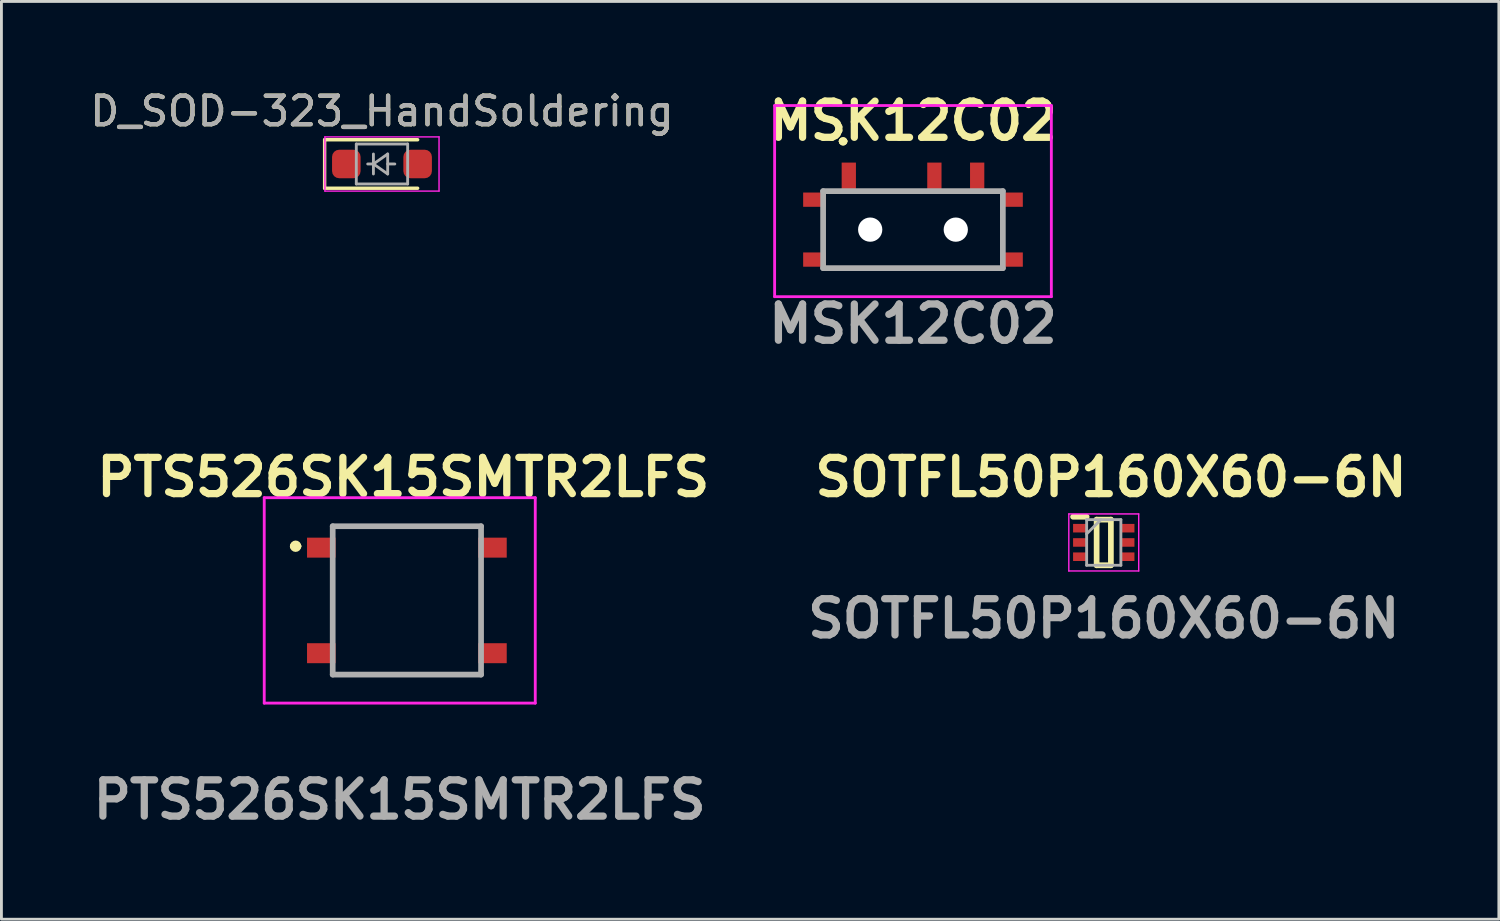
<source format=kicad_pcb>
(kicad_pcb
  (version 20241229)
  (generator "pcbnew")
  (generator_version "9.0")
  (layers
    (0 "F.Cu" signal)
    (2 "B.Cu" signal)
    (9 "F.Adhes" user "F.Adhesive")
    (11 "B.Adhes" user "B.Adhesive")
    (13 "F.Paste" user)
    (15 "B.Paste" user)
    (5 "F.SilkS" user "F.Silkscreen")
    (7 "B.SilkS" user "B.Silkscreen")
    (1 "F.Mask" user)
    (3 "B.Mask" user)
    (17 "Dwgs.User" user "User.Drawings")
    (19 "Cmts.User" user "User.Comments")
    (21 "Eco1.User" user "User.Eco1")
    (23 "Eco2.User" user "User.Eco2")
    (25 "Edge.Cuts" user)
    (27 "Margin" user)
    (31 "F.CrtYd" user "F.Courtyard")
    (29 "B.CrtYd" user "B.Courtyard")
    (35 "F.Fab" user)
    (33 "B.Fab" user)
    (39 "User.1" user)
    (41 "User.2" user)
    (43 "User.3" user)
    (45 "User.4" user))
  (footprint "SOTFL50P160X60-6N"
    (layer "F.Cu")
    (at 35.639 15.964)
    (property "Reference" "SOTFL50P160X60-6N" (at 0.254 -2.286 0) (layer "F.SilkS") (effects (font (size 1.27 1.27) (thickness 0.254))))
    (attr smd)
    (fp_line (start -1.075 -0.9) (end -0.6 -0.9) (stroke (width 0.2) (type solid)) (layer "F.SilkS"))
    (fp_line (start -0.25 -0.8) (end 0.25 -0.8) (stroke (width 0.2) (type solid)) (layer "F.SilkS"))
    (fp_line (start -0.25 0.8) (end -0.25 -0.8) (stroke (width 0.2) (type solid)) (layer "F.SilkS"))
    (fp_line (start 0.25 -0.8) (end 0.25 0.8) (stroke (width 0.2) (type solid)) (layer "F.SilkS"))
    (fp_line (start 0.25 0.8) (end -0.25 0.8) (stroke (width 0.2) (type solid)) (layer "F.SilkS"))
    (fp_line (start -1.225 -1) (end 1.225 -1) (stroke (width 0.05) (type solid)) (layer "F.CrtYd"))
    (fp_line (start -1.225 1) (end -1.225 -1) (stroke (width 0.05) (type solid)) (layer "F.CrtYd"))
    (fp_line (start 1.225 -1) (end 1.225 1) (stroke (width 0.05) (type solid)) (layer "F.CrtYd"))
    (fp_line (start 1.225 1) (end -1.225 1) (stroke (width 0.05) (type solid)) (layer "F.CrtYd"))
    (fp_line (start -0.6 -0.8) (end 0.6 -0.8) (stroke (width 0.1) (type solid)) (layer "F.Fab"))
    (fp_line (start -0.6 -0.3) (end -0.1 -0.8) (stroke (width 0.1) (type solid)) (layer "F.Fab"))
    (fp_line (start -0.6 0.8) (end -0.6 -0.8) (stroke (width 0.1) (type solid)) (layer "F.Fab"))
    (fp_line (start 0.6 -0.8) (end 0.6 0.8) (stroke (width 0.1) (type solid)) (layer "F.Fab"))
    (fp_line (start 0.6 0.8) (end -0.6 0.8) (stroke (width 0.1) (type solid)) (layer "F.Fab"))
    (fp_text user "${REFERENCE}" (at 0 2.667 0) (layer "F.Fab") (effects (font (size 1.27 1.27) (thickness 0.254))))
    (pad "1" smd rect (at -0.838 -0.5 90) (size 0.3 0.475) (layers "F.Cu" "F.Mask" "F.Paste"))
    (pad "2" smd rect (at -0.838 0 90) (size 0.3 0.475) (layers "F.Cu" "F.Mask" "F.Paste"))
    (pad "3" smd rect (at -0.838 0.5 90) (size 0.3 0.475) (layers "F.Cu" "F.Mask" "F.Paste"))
    (pad "4" smd rect (at 0.838 0.5 90) (size 0.3 0.475) (layers "F.Cu" "F.Mask" "F.Paste"))
    (pad "5" smd rect (at 0.838 0 90) (size 0.3 0.475) (layers "F.Cu" "F.Mask" "F.Paste"))
    (pad "6" smd rect (at 0.838 -0.5 90) (size 0.3 0.475) (layers "F.Cu" "F.Mask" "F.Paste")))
  (footprint "D_SOD-323_HandSoldering"
    (layer "F.Cu")
    (at 10.339 2.698)
    (property "Reference" "D_SOD-323_HandSoldering" (at 0 -1.85 0) (layer "F.SilkS") (effects (font (size 1 1) (thickness 0.15))))
    (attr smd)
    (fp_line (start -2.01 -0.85) (end -2.01 0.85) (stroke (width 0.12) (type solid)) (layer "F.SilkS"))
    (fp_line (start -2.01 -0.85) (end 1.25 -0.85) (stroke (width 0.12) (type solid)) (layer "F.SilkS"))
    (fp_line (start -2.01 0.85) (end 1.25 0.85) (stroke (width 0.12) (type solid)) (layer "F.SilkS"))
    (fp_line (start -2 -0.95) (end -2 0.95) (stroke (width 0.05) (type solid)) (layer "F.CrtYd"))
    (fp_line (start -2 -0.95) (end 2 -0.95) (stroke (width 0.05) (type solid)) (layer "F.CrtYd"))
    (fp_line (start -2 0.95) (end 2 0.95) (stroke (width 0.05) (type solid)) (layer "F.CrtYd"))
    (fp_line (start 2 -0.95) (end 2 0.95) (stroke (width 0.05) (type solid)) (layer "F.CrtYd"))
    (fp_line (start -0.9 -0.7) (end 0.9 -0.7) (stroke (width 0.1) (type solid)) (layer "F.Fab"))
    (fp_line (start -0.9 0.7) (end -0.9 -0.7) (stroke (width 0.1) (type solid)) (layer "F.Fab"))
    (fp_line (start -0.3 -0.35) (end -0.3 0.35) (stroke (width 0.1) (type solid)) (layer "F.Fab"))
    (fp_line (start -0.3 0) (end -0.5 0) (stroke (width 0.1) (type solid)) (layer "F.Fab"))
    (fp_line (start -0.3 0) (end 0.2 -0.35) (stroke (width 0.1) (type solid)) (layer "F.Fab"))
    (fp_line (start 0.2 -0.35) (end 0.2 0.35) (stroke (width 0.1) (type solid)) (layer "F.Fab"))
    (fp_line (start 0.2 0) (end 0.45 0) (stroke (width 0.1) (type solid)) (layer "F.Fab"))
    (fp_line (start 0.2 0.35) (end -0.3 0) (stroke (width 0.1) (type solid)) (layer "F.Fab"))
    (fp_line (start 0.9 -0.7) (end 0.9 0.7) (stroke (width 0.1) (type solid)) (layer "F.Fab"))
    (fp_line (start 0.9 0.7) (end -0.9 0.7) (stroke (width 0.1) (type solid)) (layer "F.Fab"))
    (fp_text user "${REFERENCE}" (at 0 -1.85 0) (layer "F.Fab") (effects (font (size 1 1) (thickness 0.15))))
    (pad "1" smd roundrect (at -1.25 0) (size 1 1) (layers "F.Cu" "F.Mask" "F.Paste") (roundrect_rratio 0.25))
    (pad "2" smd roundrect (at 1.25 0) (size 1 1) (layers "F.Cu" "F.Mask" "F.Paste") (roundrect_rratio 0.25)))
  (footprint "PTS526SK15SMTR2LFS"
    (layer "F.Cu")
    (at 11.212 17.996)
    (property "Reference" "PTS526SK15SMTR2LFS" (at -0.127 -4.318 0) (layer "F.SilkS") (effects (font (size 1.27 1.27) (thickness 0.254))))
    (attr smd)
    (fp_line (start -4 -1.9) (end -4 -1.9) (stroke (width 0.2) (type solid)) (layer "F.SilkS"))
    (fp_line (start -3.8 -1.9) (end -3.8 -1.9) (stroke (width 0.2) (type solid)) (layer "F.SilkS"))
    (fp_line (start -2.6 -2.6) (end 2.6 -2.6) (stroke (width 0.1) (type solid)) (layer "F.SilkS"))
    (fp_line (start -2.6 -2.4) (end -2.6 -2.6) (stroke (width 0.1) (type solid)) (layer "F.SilkS"))
    (fp_line (start -2.6 1.3) (end -2.6 -1.3) (stroke (width 0.1) (type solid)) (layer "F.SilkS"))
    (fp_line (start -2.6 2.4) (end -2.6 2.6) (stroke (width 0.1) (type solid)) (layer "F.SilkS"))
    (fp_line (start -2.6 2.6) (end 2.6 2.6) (stroke (width 0.1) (type solid)) (layer "F.SilkS"))
    (fp_line (start 2.6 -2.6) (end 2.6 -2.4) (stroke (width 0.1) (type solid)) (layer "F.SilkS"))
    (fp_line (start 2.6 1.3) (end 2.6 -1.3) (stroke (width 0.1) (type solid)) (layer "F.SilkS"))
    (fp_line (start 2.6 2.6) (end 2.6 2.4) (stroke (width 0.1) (type solid)) (layer "F.SilkS"))
    (fp_arc (start -4 -1.9) (mid -3.9 -2) (end -3.8 -1.9) (stroke (width 0.2) (type solid)) (layer "F.SilkS"))
    (fp_arc (start -3.8 -1.9) (mid -3.9 -1.8) (end -4 -1.9) (stroke (width 0.2) (type solid)) (layer "F.SilkS"))
    (fp_line (start -5 -3.6) (end 4.5 -3.6) (stroke (width 0.1) (type solid)) (layer "F.CrtYd"))
    (fp_line (start -5 3.6) (end -5 -3.6) (stroke (width 0.1) (type solid)) (layer "F.CrtYd"))
    (fp_line (start 4.5 -3.6) (end 4.5 3.6) (stroke (width 0.1) (type solid)) (layer "F.CrtYd"))
    (fp_line (start 4.5 3.6) (end -5 3.6) (stroke (width 0.1) (type solid)) (layer "F.CrtYd"))
    (fp_line (start -2.6 -2.6) (end 2.6 -2.6) (stroke (width 0.2) (type solid)) (layer "F.Fab"))
    (fp_line (start -2.6 2.6) (end -2.6 -2.6) (stroke (width 0.2) (type solid)) (layer "F.Fab"))
    (fp_line (start 2.6 -2.6) (end 2.6 2.6) (stroke (width 0.2) (type solid)) (layer "F.Fab"))
    (fp_line (start 2.6 2.6) (end -2.6 2.6) (stroke (width 0.2) (type solid)) (layer "F.Fab"))
    (fp_text user "${REFERENCE}" (at -0.254 6.985 0) (layer "F.Fab") (effects (font (size 1.27 1.27) (thickness 0.254))))
    (pad "1" smd rect (at -3 -1.85 90) (size 0.7 1) (layers "F.Cu" "F.Mask" "F.Paste"))
    (pad "2" smd rect (at 3 -1.85 90) (size 0.7 1) (layers "F.Cu" "F.Mask" "F.Paste"))
    (pad "3" smd rect (at -3 1.85 90) (size 0.7 1) (layers "F.Cu" "F.Mask" "F.Paste"))
    (pad "4" smd rect (at 3 1.85 90) (size 0.7 1) (layers "F.Cu" "F.Mask" "F.Paste")))
  (footprint "MSK12C02"
    (layer "F.Cu")
    (at 28.952 4.999)
    (property "Reference" "MSK12C02" (at 0 -3.81 0) (layer "F.SilkS") (effects (font (size 1.27 1.27) (thickness 0.254))))
    (attr through_hole)
    (fp_line (start -3.15 -0.25) (end -3.15 -0.25) (stroke (width 0.1) (type solid)) (layer "F.SilkS"))
    (fp_line (start -3.15 -0.25) (end -3.15 0.25) (stroke (width 0.1) (type solid)) (layer "F.SilkS"))
    (fp_line (start -3.15 0.25) (end -3.15 -0.25) (stroke (width 0.1) (type solid)) (layer "F.SilkS"))
    (fp_line (start -3.15 0.25) (end -3.15 0.25) (stroke (width 0.1) (type solid)) (layer "F.SilkS"))
    (fp_line (start -2.5 -3.098) (end -2.5 -3.098) (stroke (width 0.2) (type solid)) (layer "F.SilkS"))
    (fp_line (start -2.5 -3.098) (end -2.5 -3.098) (stroke (width 0.2) (type solid)) (layer "F.SilkS"))
    (fp_line (start -2.5 1.35) (end -2.5 1.35) (stroke (width 0.1) (type solid)) (layer "F.SilkS"))
    (fp_line (start -2.5 1.35) (end 2.5 1.35) (stroke (width 0.1) (type solid)) (layer "F.SilkS"))
    (fp_line (start -2.4 -3.098) (end -2.4 -3.098) (stroke (width 0.2) (type solid)) (layer "F.SilkS"))
    (fp_line (start -1.25 -1.35) (end -1.25 -1.35) (stroke (width 0.1) (type solid)) (layer "F.SilkS"))
    (fp_line (start -1.25 -1.35) (end -0.25 -1.35) (stroke (width 0.1) (type solid)) (layer "F.SilkS"))
    (fp_line (start -0.25 -1.35) (end -1.25 -1.35) (stroke (width 0.1) (type solid)) (layer "F.SilkS"))
    (fp_line (start -0.25 -1.35) (end -0.25 -1.35) (stroke (width 0.1) (type solid)) (layer "F.SilkS"))
    (fp_line (start 2.5 1.35) (end -2.5 1.35) (stroke (width 0.1) (type solid)) (layer "F.SilkS"))
    (fp_line (start 2.5 1.35) (end 2.5 1.35) (stroke (width 0.1) (type solid)) (layer "F.SilkS"))
    (fp_line (start 3.15 -0.25) (end 3.15 -0.25) (stroke (width 0.1) (type solid)) (layer "F.SilkS"))
    (fp_line (start 3.15 -0.25) (end 3.15 0.25) (stroke (width 0.1) (type solid)) (layer "F.SilkS"))
    (fp_line (start 3.15 0.25) (end 3.15 -0.25) (stroke (width 0.1) (type solid)) (layer "F.SilkS"))
    (fp_line (start 3.15 0.25) (end 3.15 0.25) (stroke (width 0.1) (type solid)) (layer "F.SilkS"))
    (fp_arc (start -2.5 -3.098) (mid -2.45 -3.148) (end -2.4 -3.098) (stroke (width 0.2) (type solid)) (layer "F.SilkS"))
    (fp_arc (start -2.4 -3.098) (mid -2.45 -3.048) (end -2.5 -3.098) (stroke (width 0.2) (type solid)) (layer "F.SilkS"))
    (fp_arc (start -2.4 -3.098) (mid -2.45 -3.048) (end -2.5 -3.098) (stroke (width 0.2) (type solid)) (layer "F.SilkS"))
    (fp_line (start -4.85 -4.35) (end 4.85 -4.35) (stroke (width 0.1) (type solid)) (layer "F.CrtYd"))
    (fp_line (start -4.85 2.35) (end -4.85 -4.35) (stroke (width 0.1) (type solid)) (layer "F.CrtYd"))
    (fp_line (start 4.85 -4.35) (end 4.85 2.35) (stroke (width 0.1) (type solid)) (layer "F.CrtYd"))
    (fp_line (start 4.85 2.35) (end -4.85 2.35) (stroke (width 0.1) (type solid)) (layer "F.CrtYd"))
    (fp_line (start -3.15 -1.35) (end -3.15 1.35) (stroke (width 0.2) (type solid)) (layer "F.Fab"))
    (fp_line (start -3.15 1.35) (end 3.15 1.35) (stroke (width 0.2) (type solid)) (layer "F.Fab"))
    (fp_line (start 3.15 -1.35) (end -3.15 -1.35) (stroke (width 0.2) (type solid)) (layer "F.Fab"))
    (fp_line (start 3.15 1.35) (end 3.15 -1.35) (stroke (width 0.2) (type solid)) (layer "F.Fab"))
    (fp_text user "${REFERENCE}" (at 0 3.302 0) (layer "F.Fab") (effects (font (size 1.27 1.27) (thickness 0.254))))
    (pad "" np_thru_hole circle (at -1.5 0) (size 0.85 0.85) (drill 0.85) (layers "*.Cu" "*.Mask"))
    (pad "" np_thru_hole circle (at 1.5 0) (size 0.85 0.85) (drill 0.85) (layers "*.Cu" "*.Mask"))
    (pad "A1" smd rect (at -2.25 -1.85) (size 0.5 1) (layers "F.Cu" "F.Mask" "F.Paste"))
    (pad "B1" smd rect (at 0.75 -1.85) (size 0.5 1) (layers "F.Cu" "F.Mask" "F.Paste"))
    (pad "C1" smd rect (at 2.25 -1.85) (size 0.5 1) (layers "F.Cu" "F.Mask" "F.Paste"))
    (pad "MP1" smd rect (at 3.45 -1.05 90) (size 0.5 0.8) (layers "F.Cu" "F.Mask" "F.Paste"))
    (pad "MP2" smd rect (at 3.45 1.05 90) (size 0.5 0.8) (layers "F.Cu" "F.Mask" "F.Paste"))
    (pad "MP3" smd rect (at -3.45 1.05 90) (size 0.5 0.8) (layers "F.Cu" "F.Mask" "F.Paste"))
    (pad "MP4" smd rect (at -3.45 -1.05 90) (size 0.5 0.8) (layers "F.Cu" "F.Mask" "F.Paste")))
  (gr_rect
    (start -3 -3)
    (end 49.488 29.17)
    (stroke (width 0.1) (type default))
    (fill no)
    (layer "Edge.Cuts")))
</source>
